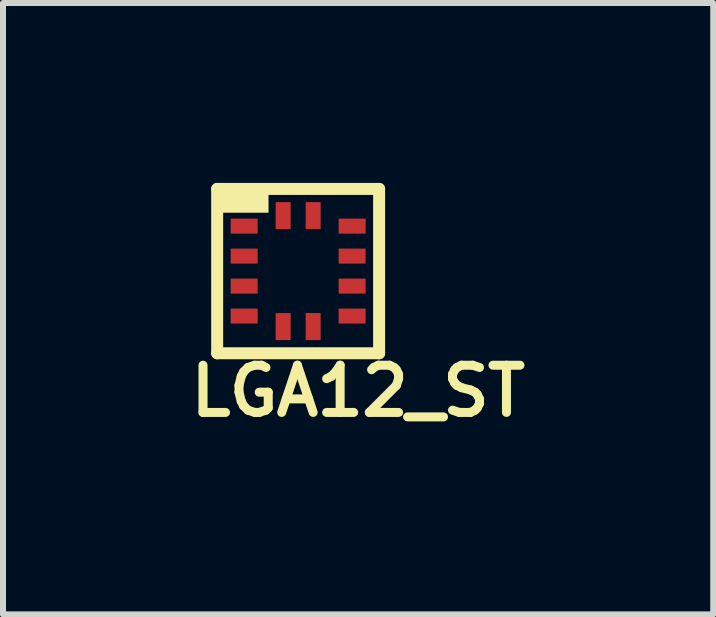
<source format=kicad_pcb>
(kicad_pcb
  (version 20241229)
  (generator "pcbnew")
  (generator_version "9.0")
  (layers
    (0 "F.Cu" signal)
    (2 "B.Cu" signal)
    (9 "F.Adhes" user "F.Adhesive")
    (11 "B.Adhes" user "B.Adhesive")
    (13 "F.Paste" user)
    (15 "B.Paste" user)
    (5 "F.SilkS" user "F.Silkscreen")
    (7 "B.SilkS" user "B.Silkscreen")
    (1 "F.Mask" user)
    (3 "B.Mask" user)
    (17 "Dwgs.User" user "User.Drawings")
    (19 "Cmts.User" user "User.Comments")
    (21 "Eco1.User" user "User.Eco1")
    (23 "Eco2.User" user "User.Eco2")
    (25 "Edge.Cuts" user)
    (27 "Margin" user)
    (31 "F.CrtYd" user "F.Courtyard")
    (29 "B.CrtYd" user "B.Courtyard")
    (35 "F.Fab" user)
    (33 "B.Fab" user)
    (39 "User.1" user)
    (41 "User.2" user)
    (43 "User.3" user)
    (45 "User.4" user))
  (footprint "LGA12_ST"
    (layer "F.Cu")
    (at 1.921 1.47)
    (property "Reference" "LGA12_ST" (at 1 2 0) (layer "F.SilkS") (effects (font (size 0.787 0.787) (thickness 0.15))))
    (attr through_hole)
    (fp_line (start -1.35 -1.37) (end 1.35 -1.37) (stroke (width 0.2) (type solid)) (layer "F.SilkS"))
    (fp_line (start -1.35 1.37) (end -1.35 -1.37) (stroke (width 0.2) (type solid)) (layer "F.SilkS"))
    (fp_line (start 1.35 -1.37) (end 1.35 1.37) (stroke (width 0.2) (type solid)) (layer "F.SilkS"))
    (fp_line (start 1.35 1.37) (end -1.35 1.37) (stroke (width 0.2) (type solid)) (layer "F.SilkS"))
    (fp_poly (pts (xy -1.36 -1.38) (xy -0.5 -1.38) (xy -0.5 -0.98) (xy -1.36 -0.98)) (stroke (width 0.01) (type solid)) (fill yes) (layer "F.SilkS"))
    (pad "P1" smd rect (at -0.9 -0.75 180) (size 0.45 0.25) (layers "F.Cu" "F.Mask" "F.Paste"))
    (pad "P2" smd rect (at -0.9 -0.25 180) (size 0.45 0.25) (layers "F.Cu" "F.Mask" "F.Paste"))
    (pad "P3" smd rect (at -0.9 0.25 180) (size 0.45 0.25) (layers "F.Cu" "F.Mask" "F.Paste"))
    (pad "P4" smd rect (at -0.9 0.75 180) (size 0.45 0.25) (layers "F.Cu" "F.Mask" "F.Paste"))
    (pad "P5" smd rect (at -0.25 0.925 90) (size 0.45 0.25) (layers "F.Cu" "F.Mask" "F.Paste"))
    (pad "P6" smd rect (at 0.25 0.925 90) (size 0.45 0.25) (layers "F.Cu" "F.Mask" "F.Paste"))
    (pad "P7" smd rect (at 0.9 0.75 180) (size 0.45 0.25) (layers "F.Cu" "F.Mask" "F.Paste"))
    (pad "P8" smd rect (at 0.9 0.25 180) (size 0.45 0.25) (layers "F.Cu" "F.Mask" "F.Paste"))
    (pad "P9" smd rect (at 0.9 -0.25 180) (size 0.45 0.25) (layers "F.Cu" "F.Mask" "F.Paste"))
    (pad "P10" smd rect (at 0.9 -0.75 180) (size 0.45 0.25) (layers "F.Cu" "F.Mask" "F.Paste"))
    (pad "P11" smd rect (at 0.25 -0.925 270) (size 0.45 0.25) (layers "F.Cu" "F.Mask" "F.Paste"))
    (pad "P12" smd rect (at -0.25 -0.925 90) (size 0.45 0.25) (layers "F.Cu" "F.Mask" "F.Paste")))
  (gr_rect
    (start -3 -3)
    (end 8.842 7.194)
    (stroke (width 0.1) (type default))
    (fill no)
    (layer "Edge.Cuts")))
</source>
